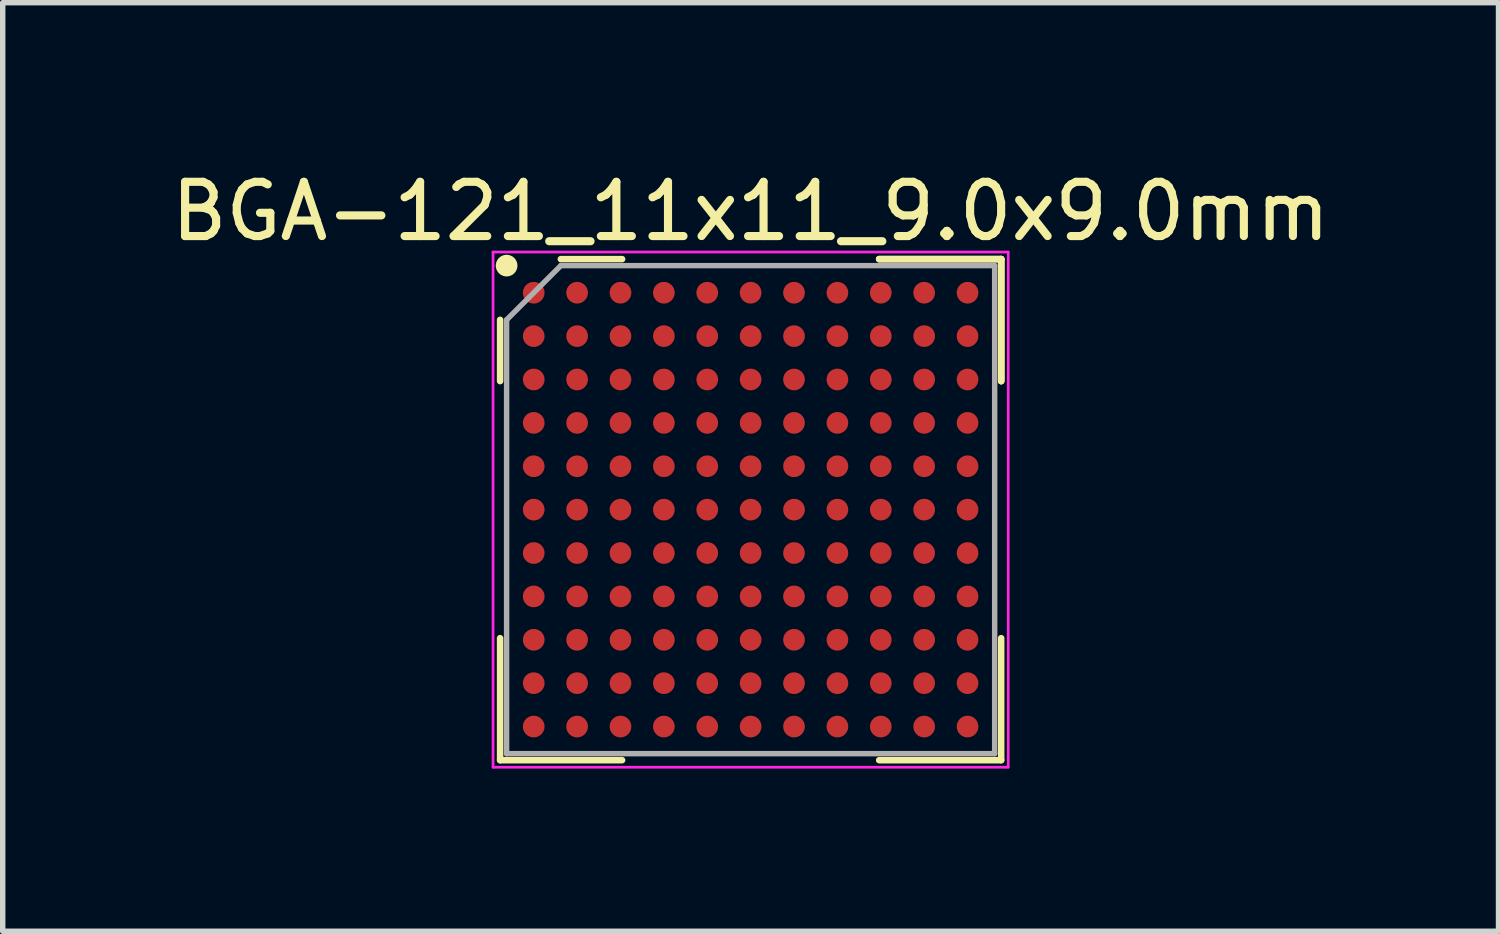
<source format=kicad_pcb>
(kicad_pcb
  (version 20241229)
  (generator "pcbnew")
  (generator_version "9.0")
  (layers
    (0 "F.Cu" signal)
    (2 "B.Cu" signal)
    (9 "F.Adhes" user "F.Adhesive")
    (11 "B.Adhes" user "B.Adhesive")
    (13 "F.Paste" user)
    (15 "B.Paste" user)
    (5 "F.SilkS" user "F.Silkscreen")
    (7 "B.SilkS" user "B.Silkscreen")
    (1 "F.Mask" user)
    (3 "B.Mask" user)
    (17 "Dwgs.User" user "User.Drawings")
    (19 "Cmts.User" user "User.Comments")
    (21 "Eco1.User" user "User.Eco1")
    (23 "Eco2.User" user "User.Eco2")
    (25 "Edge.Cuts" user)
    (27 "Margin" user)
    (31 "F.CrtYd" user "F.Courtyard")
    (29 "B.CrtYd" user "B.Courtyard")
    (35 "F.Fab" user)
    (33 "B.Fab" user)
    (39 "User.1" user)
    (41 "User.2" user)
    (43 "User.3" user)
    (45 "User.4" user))
  (footprint "BGA-121_11x11_9.0x9.0mm"
    (layer "F.Cu")
    (at 10.792 6.348)
    (property "Reference" "BGA-121_11x11_9.0x9.0mm" (at 0 -5.5 0) (layer "F.SilkS") (effects (font (size 1 1) (thickness 0.15))))
    (attr through_hole)
    (fp_line (start -4.62 -3.5) (end -4.62 -2.37) (stroke (width 0.12) (type solid)) (layer "F.SilkS"))
    (fp_line (start -4.62 4.62) (end -4.62 2.37) (stroke (width 0.12) (type solid)) (layer "F.SilkS"))
    (fp_line (start -2.37 -4.62) (end -3.5 -4.62) (stroke (width 0.12) (type solid)) (layer "F.SilkS"))
    (fp_line (start -2.37 4.62) (end -4.62 4.62) (stroke (width 0.12) (type solid)) (layer "F.SilkS"))
    (fp_line (start 2.37 -4.62) (end 4.62 -4.62) (stroke (width 0.12) (type solid)) (layer "F.SilkS"))
    (fp_line (start 2.37 -4.62) (end 4.62 -4.62) (stroke (width 0.12) (type solid)) (layer "F.SilkS"))
    (fp_line (start 2.37 -4.62) (end 4.62 -4.62) (stroke (width 0.12) (type solid)) (layer "F.SilkS"))
    (fp_line (start 2.37 4.62) (end 4.62 4.62) (stroke (width 0.12) (type solid)) (layer "F.SilkS"))
    (fp_line (start 4.62 -4.62) (end 4.62 -2.37) (stroke (width 0.12) (type solid)) (layer "F.SilkS"))
    (fp_line (start 4.62 -4.62) (end 4.62 -2.37) (stroke (width 0.12) (type solid)) (layer "F.SilkS"))
    (fp_line (start 4.62 -4.62) (end 4.62 -2.37) (stroke (width 0.12) (type solid)) (layer "F.SilkS"))
    (fp_line (start 4.62 4.62) (end 4.62 2.37) (stroke (width 0.12) (type solid)) (layer "F.SilkS"))
    (fp_circle (center -4.5 -4.5) (end -4.5 -4.4) (stroke (width 0.2) (type solid)) (fill no) (layer "F.SilkS"))
    (fp_line (start -4.75 -4.75) (end 4.75 -4.75) (stroke (width 0.05) (type solid)) (layer "F.CrtYd"))
    (fp_line (start -4.75 4.75) (end -4.75 -4.75) (stroke (width 0.05) (type solid)) (layer "F.CrtYd"))
    (fp_line (start 4.75 -4.75) (end 4.75 4.75) (stroke (width 0.05) (type solid)) (layer "F.CrtYd"))
    (fp_line (start 4.75 4.75) (end -4.75 4.75) (stroke (width 0.05) (type solid)) (layer "F.CrtYd"))
    (fp_line (start -4.5 -3.5) (end -4.5 4.5) (stroke (width 0.1) (type solid)) (layer "F.Fab"))
    (fp_line (start -4.5 4.5) (end 4.5 4.5) (stroke (width 0.1) (type solid)) (layer "F.Fab"))
    (fp_line (start -3.5 -4.5) (end -4.5 -3.5) (stroke (width 0.1) (type solid)) (layer "F.Fab"))
    (fp_line (start 4.5 -4.5) (end -3.5 -4.5) (stroke (width 0.1) (type solid)) (layer "F.Fab"))
    (fp_line (start 4.5 4.5) (end 4.5 -4.5) (stroke (width 0.1) (type solid)) (layer "F.Fab"))
    (pad "A1" smd circle (at -4 -4) (size 0.4 0.4) (layers "F.Cu" "F.Mask" "F.Paste"))
    (pad "A2" smd circle (at -3.2 -4) (size 0.4 0.4) (layers "F.Cu" "F.Mask" "F.Paste"))
    (pad "A3" smd circle (at -2.4 -4) (size 0.4 0.4) (layers "F.Cu" "F.Mask" "F.Paste"))
    (pad "A4" smd circle (at -1.6 -4) (size 0.4 0.4) (layers "F.Cu" "F.Mask" "F.Paste"))
    (pad "A5" smd circle (at -0.8 -4) (size 0.4 0.4) (layers "F.Cu" "F.Mask" "F.Paste"))
    (pad "A6" smd circle (at 0 -4) (size 0.4 0.4) (layers "F.Cu" "F.Mask" "F.Paste"))
    (pad "A7" smd circle (at 0.8 -4) (size 0.4 0.4) (layers "F.Cu" "F.Mask" "F.Paste"))
    (pad "A8" smd circle (at 1.6 -4) (size 0.4 0.4) (layers "F.Cu" "F.Mask" "F.Paste"))
    (pad "A9" smd circle (at 2.4 -4) (size 0.4 0.4) (layers "F.Cu" "F.Mask" "F.Paste"))
    (pad "A10" smd circle (at 3.2 -4) (size 0.4 0.4) (layers "F.Cu" "F.Mask" "F.Paste"))
    (pad "A11" smd circle (at 4 -4) (size 0.4 0.4) (layers "F.Cu" "F.Mask" "F.Paste"))
    (pad "B1" smd circle (at -4 -3.2) (size 0.4 0.4) (layers "F.Cu" "F.Mask" "F.Paste"))
    (pad "B2" smd circle (at -3.2 -3.2) (size 0.4 0.4) (layers "F.Cu" "F.Mask" "F.Paste"))
    (pad "B3" smd circle (at -2.4 -3.2) (size 0.4 0.4) (layers "F.Cu" "F.Mask" "F.Paste"))
    (pad "B4" smd circle (at -1.6 -3.2) (size 0.4 0.4) (layers "F.Cu" "F.Mask" "F.Paste"))
    (pad "B5" smd circle (at -0.8 -3.2) (size 0.4 0.4) (layers "F.Cu" "F.Mask" "F.Paste"))
    (pad "B6" smd circle (at 0 -3.2) (size 0.4 0.4) (layers "F.Cu" "F.Mask" "F.Paste"))
    (pad "B7" smd circle (at 0.8 -3.2) (size 0.4 0.4) (layers "F.Cu" "F.Mask" "F.Paste"))
    (pad "B8" smd circle (at 1.6 -3.2) (size 0.4 0.4) (layers "F.Cu" "F.Mask" "F.Paste"))
    (pad "B9" smd circle (at 2.4 -3.2) (size 0.4 0.4) (layers "F.Cu" "F.Mask" "F.Paste"))
    (pad "B10" smd circle (at 3.2 -3.2) (size 0.4 0.4) (layers "F.Cu" "F.Mask" "F.Paste"))
    (pad "B11" smd circle (at 4 -3.2) (size 0.4 0.4) (layers "F.Cu" "F.Mask" "F.Paste"))
    (pad "C1" smd circle (at -4 -2.4) (size 0.4 0.4) (layers "F.Cu" "F.Mask" "F.Paste"))
    (pad "C2" smd circle (at -3.2 -2.4) (size 0.4 0.4) (layers "F.Cu" "F.Mask" "F.Paste"))
    (pad "C3" smd circle (at -2.4 -2.4) (size 0.4 0.4) (layers "F.Cu" "F.Mask" "F.Paste"))
    (pad "C4" smd circle (at -1.6 -2.4) (size 0.4 0.4) (layers "F.Cu" "F.Mask" "F.Paste"))
    (pad "C5" smd circle (at -0.8 -2.4) (size 0.4 0.4) (layers "F.Cu" "F.Mask" "F.Paste"))
    (pad "C6" smd circle (at 0 -2.4) (size 0.4 0.4) (layers "F.Cu" "F.Mask" "F.Paste"))
    (pad "C7" smd circle (at 0.8 -2.4) (size 0.4 0.4) (layers "F.Cu" "F.Mask" "F.Paste"))
    (pad "C8" smd circle (at 1.6 -2.4) (size 0.4 0.4) (layers "F.Cu" "F.Mask" "F.Paste"))
    (pad "C9" smd circle (at 2.4 -2.4) (size 0.4 0.4) (layers "F.Cu" "F.Mask" "F.Paste"))
    (pad "C10" smd circle (at 3.2 -2.4) (size 0.4 0.4) (layers "F.Cu" "F.Mask" "F.Paste"))
    (pad "C11" smd circle (at 4 -2.4) (size 0.4 0.4) (layers "F.Cu" "F.Mask" "F.Paste"))
    (pad "D1" smd circle (at -4 -1.6) (size 0.4 0.4) (layers "F.Cu" "F.Mask" "F.Paste"))
    (pad "D2" smd circle (at -3.2 -1.6) (size 0.4 0.4) (layers "F.Cu" "F.Mask" "F.Paste"))
    (pad "D3" smd circle (at -2.4 -1.6) (size 0.4 0.4) (layers "F.Cu" "F.Mask" "F.Paste"))
    (pad "D4" smd circle (at -1.6 -1.6) (size 0.4 0.4) (layers "F.Cu" "F.Mask" "F.Paste"))
    (pad "D5" smd circle (at -0.8 -1.6) (size 0.4 0.4) (layers "F.Cu" "F.Mask" "F.Paste"))
    (pad "D6" smd circle (at 0 -1.6) (size 0.4 0.4) (layers "F.Cu" "F.Mask" "F.Paste"))
    (pad "D7" smd circle (at 0.8 -1.6) (size 0.4 0.4) (layers "F.Cu" "F.Mask" "F.Paste"))
    (pad "D8" smd circle (at 1.6 -1.6) (size 0.4 0.4) (layers "F.Cu" "F.Mask" "F.Paste"))
    (pad "D9" smd circle (at 2.4 -1.6) (size 0.4 0.4) (layers "F.Cu" "F.Mask" "F.Paste"))
    (pad "D10" smd circle (at 3.2 -1.6) (size 0.4 0.4) (layers "F.Cu" "F.Mask" "F.Paste"))
    (pad "D11" smd circle (at 4 -1.6) (size 0.4 0.4) (layers "F.Cu" "F.Mask" "F.Paste"))
    (pad "E1" smd circle (at -4 -0.8) (size 0.4 0.4) (layers "F.Cu" "F.Mask" "F.Paste"))
    (pad "E2" smd circle (at -3.2 -0.8) (size 0.4 0.4) (layers "F.Cu" "F.Mask" "F.Paste"))
    (pad "E3" smd circle (at -2.4 -0.8) (size 0.4 0.4) (layers "F.Cu" "F.Mask" "F.Paste"))
    (pad "E4" smd circle (at -1.6 -0.8) (size 0.4 0.4) (layers "F.Cu" "F.Mask" "F.Paste"))
    (pad "E5" smd circle (at -0.8 -0.8) (size 0.4 0.4) (layers "F.Cu" "F.Mask" "F.Paste"))
    (pad "E6" smd circle (at 0 -0.8) (size 0.4 0.4) (layers "F.Cu" "F.Mask" "F.Paste"))
    (pad "E7" smd circle (at 0.8 -0.8) (size 0.4 0.4) (layers "F.Cu" "F.Mask" "F.Paste"))
    (pad "E8" smd circle (at 1.6 -0.8) (size 0.4 0.4) (layers "F.Cu" "F.Mask" "F.Paste"))
    (pad "E9" smd circle (at 2.4 -0.8) (size 0.4 0.4) (layers "F.Cu" "F.Mask" "F.Paste"))
    (pad "E10" smd circle (at 3.2 -0.8) (size 0.4 0.4) (layers "F.Cu" "F.Mask" "F.Paste"))
    (pad "E11" smd circle (at 4 -0.8) (size 0.4 0.4) (layers "F.Cu" "F.Mask" "F.Paste"))
    (pad "F1" smd circle (at -4 0) (size 0.4 0.4) (layers "F.Cu" "F.Mask" "F.Paste"))
    (pad "F2" smd circle (at -3.2 0) (size 0.4 0.4) (layers "F.Cu" "F.Mask" "F.Paste"))
    (pad "F3" smd circle (at -2.4 0) (size 0.4 0.4) (layers "F.Cu" "F.Mask" "F.Paste"))
    (pad "F4" smd circle (at -1.6 0) (size 0.4 0.4) (layers "F.Cu" "F.Mask" "F.Paste"))
    (pad "F5" smd circle (at -0.8 0) (size 0.4 0.4) (layers "F.Cu" "F.Mask" "F.Paste"))
    (pad "F6" smd circle (at 0 0) (size 0.4 0.4) (layers "F.Cu" "F.Mask" "F.Paste"))
    (pad "F7" smd circle (at 0.8 0) (size 0.4 0.4) (layers "F.Cu" "F.Mask" "F.Paste"))
    (pad "F8" smd circle (at 1.6 0) (size 0.4 0.4) (layers "F.Cu" "F.Mask" "F.Paste"))
    (pad "F9" smd circle (at 2.4 0) (size 0.4 0.4) (layers "F.Cu" "F.Mask" "F.Paste"))
    (pad "F10" smd circle (at 3.2 0) (size 0.4 0.4) (layers "F.Cu" "F.Mask" "F.Paste"))
    (pad "F11" smd circle (at 4 0) (size 0.4 0.4) (layers "F.Cu" "F.Mask" "F.Paste"))
    (pad "G1" smd circle (at -4 0.8) (size 0.4 0.4) (layers "F.Cu" "F.Mask" "F.Paste"))
    (pad "G2" smd circle (at -3.2 0.8) (size 0.4 0.4) (layers "F.Cu" "F.Mask" "F.Paste"))
    (pad "G3" smd circle (at -2.4 0.8) (size 0.4 0.4) (layers "F.Cu" "F.Mask" "F.Paste"))
    (pad "G4" smd circle (at -1.6 0.8) (size 0.4 0.4) (layers "F.Cu" "F.Mask" "F.Paste"))
    (pad "G5" smd circle (at -0.8 0.8) (size 0.4 0.4) (layers "F.Cu" "F.Mask" "F.Paste"))
    (pad "G6" smd circle (at 0 0.8) (size 0.4 0.4) (layers "F.Cu" "F.Mask" "F.Paste"))
    (pad "G7" smd circle (at 0.8 0.8) (size 0.4 0.4) (layers "F.Cu" "F.Mask" "F.Paste"))
    (pad "G8" smd circle (at 1.6 0.8) (size 0.4 0.4) (layers "F.Cu" "F.Mask" "F.Paste"))
    (pad "G9" smd circle (at 2.4 0.8) (size 0.4 0.4) (layers "F.Cu" "F.Mask" "F.Paste"))
    (pad "G10" smd circle (at 3.2 0.8) (size 0.4 0.4) (layers "F.Cu" "F.Mask" "F.Paste"))
    (pad "G11" smd circle (at 4 0.8) (size 0.4 0.4) (layers "F.Cu" "F.Mask" "F.Paste"))
    (pad "H1" smd circle (at -4 1.6) (size 0.4 0.4) (layers "F.Cu" "F.Mask" "F.Paste"))
    (pad "H2" smd circle (at -3.2 1.6) (size 0.4 0.4) (layers "F.Cu" "F.Mask" "F.Paste"))
    (pad "H3" smd circle (at -2.4 1.6) (size 0.4 0.4) (layers "F.Cu" "F.Mask" "F.Paste"))
    (pad "H4" smd circle (at -1.6 1.6) (size 0.4 0.4) (layers "F.Cu" "F.Mask" "F.Paste"))
    (pad "H5" smd circle (at -0.8 1.6) (size 0.4 0.4) (layers "F.Cu" "F.Mask" "F.Paste"))
    (pad "H6" smd circle (at 0 1.6) (size 0.4 0.4) (layers "F.Cu" "F.Mask" "F.Paste"))
    (pad "H7" smd circle (at 0.8 1.6) (size 0.4 0.4) (layers "F.Cu" "F.Mask" "F.Paste"))
    (pad "H8" smd circle (at 1.6 1.6) (size 0.4 0.4) (layers "F.Cu" "F.Mask" "F.Paste"))
    (pad "H9" smd circle (at 2.4 1.6) (size 0.4 0.4) (layers "F.Cu" "F.Mask" "F.Paste"))
    (pad "H10" smd circle (at 3.2 1.6) (size 0.4 0.4) (layers "F.Cu" "F.Mask" "F.Paste"))
    (pad "H11" smd circle (at 4 1.6) (size 0.4 0.4) (layers "F.Cu" "F.Mask" "F.Paste"))
    (pad "J1" smd circle (at -4 2.4) (size 0.4 0.4) (layers "F.Cu" "F.Mask" "F.Paste"))
    (pad "J2" smd circle (at -3.2 2.4) (size 0.4 0.4) (layers "F.Cu" "F.Mask" "F.Paste"))
    (pad "J3" smd circle (at -2.4 2.4) (size 0.4 0.4) (layers "F.Cu" "F.Mask" "F.Paste"))
    (pad "J4" smd circle (at -1.6 2.4) (size 0.4 0.4) (layers "F.Cu" "F.Mask" "F.Paste"))
    (pad "J5" smd circle (at -0.8 2.4) (size 0.4 0.4) (layers "F.Cu" "F.Mask" "F.Paste"))
    (pad "J6" smd circle (at 0 2.4) (size 0.4 0.4) (layers "F.Cu" "F.Mask" "F.Paste"))
    (pad "J7" smd circle (at 0.8 2.4) (size 0.4 0.4) (layers "F.Cu" "F.Mask" "F.Paste"))
    (pad "J8" smd circle (at 1.6 2.4) (size 0.4 0.4) (layers "F.Cu" "F.Mask" "F.Paste"))
    (pad "J9" smd circle (at 2.4 2.4) (size 0.4 0.4) (layers "F.Cu" "F.Mask" "F.Paste"))
    (pad "J10" smd circle (at 3.2 2.4) (size 0.4 0.4) (layers "F.Cu" "F.Mask" "F.Paste"))
    (pad "J11" smd circle (at 4 2.4) (size 0.4 0.4) (layers "F.Cu" "F.Mask" "F.Paste"))
    (pad "K1" smd circle (at -4 3.2) (size 0.4 0.4) (layers "F.Cu" "F.Mask" "F.Paste"))
    (pad "K2" smd circle (at -3.2 3.2) (size 0.4 0.4) (layers "F.Cu" "F.Mask" "F.Paste"))
    (pad "K3" smd circle (at -2.4 3.2) (size 0.4 0.4) (layers "F.Cu" "F.Mask" "F.Paste"))
    (pad "K4" smd circle (at -1.6 3.2) (size 0.4 0.4) (layers "F.Cu" "F.Mask" "F.Paste"))
    (pad "K5" smd circle (at -0.8 3.2) (size 0.4 0.4) (layers "F.Cu" "F.Mask" "F.Paste"))
    (pad "K6" smd circle (at 0 3.2) (size 0.4 0.4) (layers "F.Cu" "F.Mask" "F.Paste"))
    (pad "K7" smd circle (at 0.8 3.2) (size 0.4 0.4) (layers "F.Cu" "F.Mask" "F.Paste"))
    (pad "K8" smd circle (at 1.6 3.2) (size 0.4 0.4) (layers "F.Cu" "F.Mask" "F.Paste"))
    (pad "K9" smd circle (at 2.4 3.2) (size 0.4 0.4) (layers "F.Cu" "F.Mask" "F.Paste"))
    (pad "K10" smd circle (at 3.2 3.2) (size 0.4 0.4) (layers "F.Cu" "F.Mask" "F.Paste"))
    (pad "K11" smd circle (at 4 3.2) (size 0.4 0.4) (layers "F.Cu" "F.Mask" "F.Paste"))
    (pad "L1" smd circle (at -4 4) (size 0.4 0.4) (layers "F.Cu" "F.Mask" "F.Paste"))
    (pad "L2" smd circle (at -3.2 4) (size 0.4 0.4) (layers "F.Cu" "F.Mask" "F.Paste"))
    (pad "L3" smd circle (at -2.4 4) (size 0.4 0.4) (layers "F.Cu" "F.Mask" "F.Paste"))
    (pad "L4" smd circle (at -1.6 4) (size 0.4 0.4) (layers "F.Cu" "F.Mask" "F.Paste"))
    (pad "L5" smd circle (at -0.8 4) (size 0.4 0.4) (layers "F.Cu" "F.Mask" "F.Paste"))
    (pad "L6" smd circle (at 0 4) (size 0.4 0.4) (layers "F.Cu" "F.Mask" "F.Paste"))
    (pad "L7" smd circle (at 0.8 4) (size 0.4 0.4) (layers "F.Cu" "F.Mask" "F.Paste"))
    (pad "L8" smd circle (at 1.6 4) (size 0.4 0.4) (layers "F.Cu" "F.Mask" "F.Paste"))
    (pad "L9" smd circle (at 2.4 4) (size 0.4 0.4) (layers "F.Cu" "F.Mask" "F.Paste"))
    (pad "L10" smd circle (at 3.2 4) (size 0.4 0.4) (layers "F.Cu" "F.Mask" "F.Paste"))
    (pad "L11" smd circle (at 4 4) (size 0.4 0.4) (layers "F.Cu" "F.Mask" "F.Paste")))
  (gr_rect
    (start -3 -3)
    (end 24.583 14.123)
    (stroke (width 0.1) (type default))
    (fill no)
    (layer "Edge.Cuts")))
</source>
